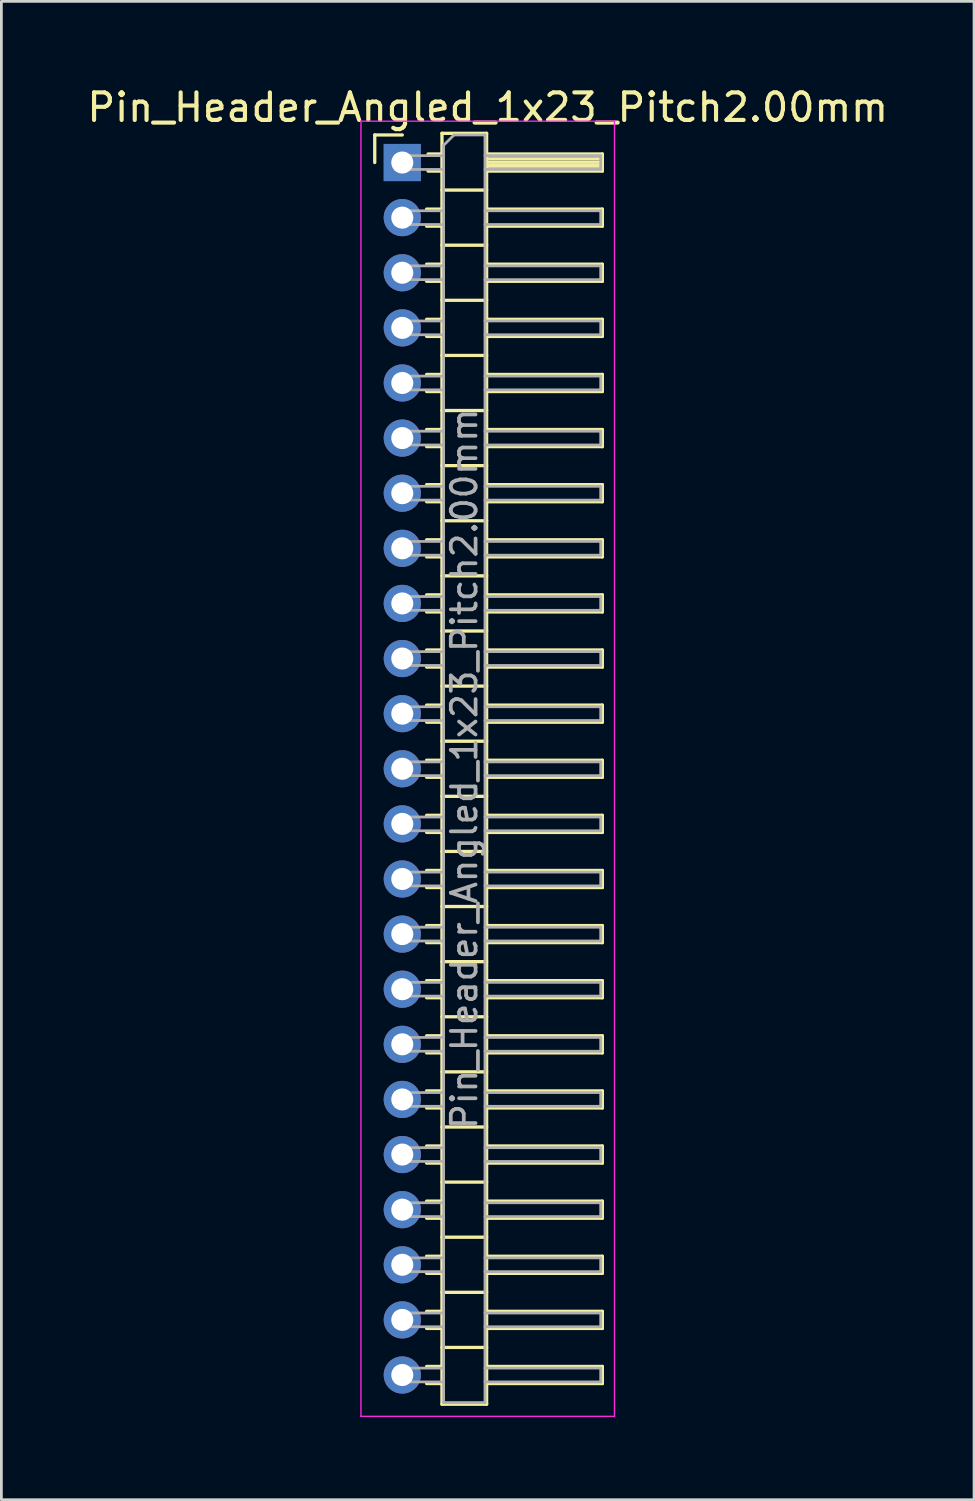
<source format=kicad_pcb>
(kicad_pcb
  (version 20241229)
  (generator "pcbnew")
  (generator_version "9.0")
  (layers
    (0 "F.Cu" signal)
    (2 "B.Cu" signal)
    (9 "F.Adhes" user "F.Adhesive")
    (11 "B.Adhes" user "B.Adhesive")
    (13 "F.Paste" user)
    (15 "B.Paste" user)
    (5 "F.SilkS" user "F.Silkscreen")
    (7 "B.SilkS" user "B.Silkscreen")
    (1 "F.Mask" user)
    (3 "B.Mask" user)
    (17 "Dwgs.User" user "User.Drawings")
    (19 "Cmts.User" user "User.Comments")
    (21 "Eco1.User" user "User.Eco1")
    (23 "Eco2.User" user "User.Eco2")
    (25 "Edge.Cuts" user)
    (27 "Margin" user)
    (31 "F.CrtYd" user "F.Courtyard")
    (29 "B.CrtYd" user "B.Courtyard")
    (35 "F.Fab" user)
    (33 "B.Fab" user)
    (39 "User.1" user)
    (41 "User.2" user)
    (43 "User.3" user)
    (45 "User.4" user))
  (footprint "Pin_Header_Angled_1x23_Pitch2.00mm"
    (layer "F.Cu")
    (at 11.549 2.848)
    (property "Reference" "Pin_Header_Angled_1x23_Pitch2.00mm" (at 3.1 -2 0) (layer "F.SilkS") (effects (font (size 1 1) (thickness 0.15))))
    (attr through_hole)
    (fp_line (start -1 -1) (end 0 -1) (stroke (width 0.12) (type solid)) (layer "F.SilkS"))
    (fp_line (start -1 0) (end -1 -1) (stroke (width 0.12) (type solid)) (layer "F.SilkS"))
    (fp_line (start 0.882 1.69) (end 1.44 1.69) (stroke (width 0.12) (type solid)) (layer "F.SilkS"))
    (fp_line (start 0.882 2.31) (end 1.44 2.31) (stroke (width 0.12) (type solid)) (layer "F.SilkS"))
    (fp_line (start 0.882 3.69) (end 1.44 3.69) (stroke (width 0.12) (type solid)) (layer "F.SilkS"))
    (fp_line (start 0.882 4.31) (end 1.44 4.31) (stroke (width 0.12) (type solid)) (layer "F.SilkS"))
    (fp_line (start 0.882 5.69) (end 1.44 5.69) (stroke (width 0.12) (type solid)) (layer "F.SilkS"))
    (fp_line (start 0.882 6.31) (end 1.44 6.31) (stroke (width 0.12) (type solid)) (layer "F.SilkS"))
    (fp_line (start 0.882 7.69) (end 1.44 7.69) (stroke (width 0.12) (type solid)) (layer "F.SilkS"))
    (fp_line (start 0.882 8.31) (end 1.44 8.31) (stroke (width 0.12) (type solid)) (layer "F.SilkS"))
    (fp_line (start 0.882 9.69) (end 1.44 9.69) (stroke (width 0.12) (type solid)) (layer "F.SilkS"))
    (fp_line (start 0.882 10.31) (end 1.44 10.31) (stroke (width 0.12) (type solid)) (layer "F.SilkS"))
    (fp_line (start 0.882 11.69) (end 1.44 11.69) (stroke (width 0.12) (type solid)) (layer "F.SilkS"))
    (fp_line (start 0.882 12.31) (end 1.44 12.31) (stroke (width 0.12) (type solid)) (layer "F.SilkS"))
    (fp_line (start 0.882 13.69) (end 1.44 13.69) (stroke (width 0.12) (type solid)) (layer "F.SilkS"))
    (fp_line (start 0.882 14.31) (end 1.44 14.31) (stroke (width 0.12) (type solid)) (layer "F.SilkS"))
    (fp_line (start 0.882 15.69) (end 1.44 15.69) (stroke (width 0.12) (type solid)) (layer "F.SilkS"))
    (fp_line (start 0.882 16.31) (end 1.44 16.31) (stroke (width 0.12) (type solid)) (layer "F.SilkS"))
    (fp_line (start 0.882 17.69) (end 1.44 17.69) (stroke (width 0.12) (type solid)) (layer "F.SilkS"))
    (fp_line (start 0.882 18.31) (end 1.44 18.31) (stroke (width 0.12) (type solid)) (layer "F.SilkS"))
    (fp_line (start 0.882 19.69) (end 1.44 19.69) (stroke (width 0.12) (type solid)) (layer "F.SilkS"))
    (fp_line (start 0.882 20.31) (end 1.44 20.31) (stroke (width 0.12) (type solid)) (layer "F.SilkS"))
    (fp_line (start 0.882 21.69) (end 1.44 21.69) (stroke (width 0.12) (type solid)) (layer "F.SilkS"))
    (fp_line (start 0.882 22.31) (end 1.44 22.31) (stroke (width 0.12) (type solid)) (layer "F.SilkS"))
    (fp_line (start 0.882 23.69) (end 1.44 23.69) (stroke (width 0.12) (type solid)) (layer "F.SilkS"))
    (fp_line (start 0.882 24.31) (end 1.44 24.31) (stroke (width 0.12) (type solid)) (layer "F.SilkS"))
    (fp_line (start 0.882 25.69) (end 1.44 25.69) (stroke (width 0.12) (type solid)) (layer "F.SilkS"))
    (fp_line (start 0.882 26.31) (end 1.44 26.31) (stroke (width 0.12) (type solid)) (layer "F.SilkS"))
    (fp_line (start 0.882 27.69) (end 1.44 27.69) (stroke (width 0.12) (type solid)) (layer "F.SilkS"))
    (fp_line (start 0.882 28.31) (end 1.44 28.31) (stroke (width 0.12) (type solid)) (layer "F.SilkS"))
    (fp_line (start 0.882 29.69) (end 1.44 29.69) (stroke (width 0.12) (type solid)) (layer "F.SilkS"))
    (fp_line (start 0.882 30.31) (end 1.44 30.31) (stroke (width 0.12) (type solid)) (layer "F.SilkS"))
    (fp_line (start 0.882 31.69) (end 1.44 31.69) (stroke (width 0.12) (type solid)) (layer "F.SilkS"))
    (fp_line (start 0.882 32.31) (end 1.44 32.31) (stroke (width 0.12) (type solid)) (layer "F.SilkS"))
    (fp_line (start 0.882 33.69) (end 1.44 33.69) (stroke (width 0.12) (type solid)) (layer "F.SilkS"))
    (fp_line (start 0.882 34.31) (end 1.44 34.31) (stroke (width 0.12) (type solid)) (layer "F.SilkS"))
    (fp_line (start 0.882 35.69) (end 1.44 35.69) (stroke (width 0.12) (type solid)) (layer "F.SilkS"))
    (fp_line (start 0.882 36.31) (end 1.44 36.31) (stroke (width 0.12) (type solid)) (layer "F.SilkS"))
    (fp_line (start 0.882 37.69) (end 1.44 37.69) (stroke (width 0.12) (type solid)) (layer "F.SilkS"))
    (fp_line (start 0.882 38.31) (end 1.44 38.31) (stroke (width 0.12) (type solid)) (layer "F.SilkS"))
    (fp_line (start 0.882 39.69) (end 1.44 39.69) (stroke (width 0.12) (type solid)) (layer "F.SilkS"))
    (fp_line (start 0.882 40.31) (end 1.44 40.31) (stroke (width 0.12) (type solid)) (layer "F.SilkS"))
    (fp_line (start 0.882 41.69) (end 1.44 41.69) (stroke (width 0.12) (type solid)) (layer "F.SilkS"))
    (fp_line (start 0.882 42.31) (end 1.44 42.31) (stroke (width 0.12) (type solid)) (layer "F.SilkS"))
    (fp_line (start 0.882 43.69) (end 1.44 43.69) (stroke (width 0.12) (type solid)) (layer "F.SilkS"))
    (fp_line (start 0.882 44.31) (end 1.44 44.31) (stroke (width 0.12) (type solid)) (layer "F.SilkS"))
    (fp_line (start 0.935 -0.31) (end 1.44 -0.31) (stroke (width 0.12) (type solid)) (layer "F.SilkS"))
    (fp_line (start 0.935 0.31) (end 1.44 0.31) (stroke (width 0.12) (type solid)) (layer "F.SilkS"))
    (fp_line (start 1.44 -1.06) (end 1.44 45.06) (stroke (width 0.12) (type solid)) (layer "F.SilkS"))
    (fp_line (start 1.44 1) (end 3.06 1) (stroke (width 0.12) (type solid)) (layer "F.SilkS"))
    (fp_line (start 1.44 3) (end 3.06 3) (stroke (width 0.12) (type solid)) (layer "F.SilkS"))
    (fp_line (start 1.44 5) (end 3.06 5) (stroke (width 0.12) (type solid)) (layer "F.SilkS"))
    (fp_line (start 1.44 7) (end 3.06 7) (stroke (width 0.12) (type solid)) (layer "F.SilkS"))
    (fp_line (start 1.44 9) (end 3.06 9) (stroke (width 0.12) (type solid)) (layer "F.SilkS"))
    (fp_line (start 1.44 11) (end 3.06 11) (stroke (width 0.12) (type solid)) (layer "F.SilkS"))
    (fp_line (start 1.44 13) (end 3.06 13) (stroke (width 0.12) (type solid)) (layer "F.SilkS"))
    (fp_line (start 1.44 15) (end 3.06 15) (stroke (width 0.12) (type solid)) (layer "F.SilkS"))
    (fp_line (start 1.44 17) (end 3.06 17) (stroke (width 0.12) (type solid)) (layer "F.SilkS"))
    (fp_line (start 1.44 19) (end 3.06 19) (stroke (width 0.12) (type solid)) (layer "F.SilkS"))
    (fp_line (start 1.44 21) (end 3.06 21) (stroke (width 0.12) (type solid)) (layer "F.SilkS"))
    (fp_line (start 1.44 23) (end 3.06 23) (stroke (width 0.12) (type solid)) (layer "F.SilkS"))
    (fp_line (start 1.44 25) (end 3.06 25) (stroke (width 0.12) (type solid)) (layer "F.SilkS"))
    (fp_line (start 1.44 27) (end 3.06 27) (stroke (width 0.12) (type solid)) (layer "F.SilkS"))
    (fp_line (start 1.44 29) (end 3.06 29) (stroke (width 0.12) (type solid)) (layer "F.SilkS"))
    (fp_line (start 1.44 31) (end 3.06 31) (stroke (width 0.12) (type solid)) (layer "F.SilkS"))
    (fp_line (start 1.44 33) (end 3.06 33) (stroke (width 0.12) (type solid)) (layer "F.SilkS"))
    (fp_line (start 1.44 35) (end 3.06 35) (stroke (width 0.12) (type solid)) (layer "F.SilkS"))
    (fp_line (start 1.44 37) (end 3.06 37) (stroke (width 0.12) (type solid)) (layer "F.SilkS"))
    (fp_line (start 1.44 39) (end 3.06 39) (stroke (width 0.12) (type solid)) (layer "F.SilkS"))
    (fp_line (start 1.44 41) (end 3.06 41) (stroke (width 0.12) (type solid)) (layer "F.SilkS"))
    (fp_line (start 1.44 43) (end 3.06 43) (stroke (width 0.12) (type solid)) (layer "F.SilkS"))
    (fp_line (start 1.44 45.06) (end 3.06 45.06) (stroke (width 0.12) (type solid)) (layer "F.SilkS"))
    (fp_line (start 3.06 -1.06) (end 1.44 -1.06) (stroke (width 0.12) (type solid)) (layer "F.SilkS"))
    (fp_line (start 3.06 -0.31) (end 7.26 -0.31) (stroke (width 0.12) (type solid)) (layer "F.SilkS"))
    (fp_line (start 3.06 -0.25) (end 7.26 -0.25) (stroke (width 0.12) (type solid)) (layer "F.SilkS"))
    (fp_line (start 3.06 -0.13) (end 7.26 -0.13) (stroke (width 0.12) (type solid)) (layer "F.SilkS"))
    (fp_line (start 3.06 -0.01) (end 7.26 -0.01) (stroke (width 0.12) (type solid)) (layer "F.SilkS"))
    (fp_line (start 3.06 0.11) (end 7.26 0.11) (stroke (width 0.12) (type solid)) (layer "F.SilkS"))
    (fp_line (start 3.06 0.23) (end 7.26 0.23) (stroke (width 0.12) (type solid)) (layer "F.SilkS"))
    (fp_line (start 3.06 1.69) (end 7.26 1.69) (stroke (width 0.12) (type solid)) (layer "F.SilkS"))
    (fp_line (start 3.06 3.69) (end 7.26 3.69) (stroke (width 0.12) (type solid)) (layer "F.SilkS"))
    (fp_line (start 3.06 5.69) (end 7.26 5.69) (stroke (width 0.12) (type solid)) (layer "F.SilkS"))
    (fp_line (start 3.06 7.69) (end 7.26 7.69) (stroke (width 0.12) (type solid)) (layer "F.SilkS"))
    (fp_line (start 3.06 9.69) (end 7.26 9.69) (stroke (width 0.12) (type solid)) (layer "F.SilkS"))
    (fp_line (start 3.06 11.69) (end 7.26 11.69) (stroke (width 0.12) (type solid)) (layer "F.SilkS"))
    (fp_line (start 3.06 13.69) (end 7.26 13.69) (stroke (width 0.12) (type solid)) (layer "F.SilkS"))
    (fp_line (start 3.06 15.69) (end 7.26 15.69) (stroke (width 0.12) (type solid)) (layer "F.SilkS"))
    (fp_line (start 3.06 17.69) (end 7.26 17.69) (stroke (width 0.12) (type solid)) (layer "F.SilkS"))
    (fp_line (start 3.06 19.69) (end 7.26 19.69) (stroke (width 0.12) (type solid)) (layer "F.SilkS"))
    (fp_line (start 3.06 21.69) (end 7.26 21.69) (stroke (width 0.12) (type solid)) (layer "F.SilkS"))
    (fp_line (start 3.06 23.69) (end 7.26 23.69) (stroke (width 0.12) (type solid)) (layer "F.SilkS"))
    (fp_line (start 3.06 25.69) (end 7.26 25.69) (stroke (width 0.12) (type solid)) (layer "F.SilkS"))
    (fp_line (start 3.06 27.69) (end 7.26 27.69) (stroke (width 0.12) (type solid)) (layer "F.SilkS"))
    (fp_line (start 3.06 29.69) (end 7.26 29.69) (stroke (width 0.12) (type solid)) (layer "F.SilkS"))
    (fp_line (start 3.06 31.69) (end 7.26 31.69) (stroke (width 0.12) (type solid)) (layer "F.SilkS"))
    (fp_line (start 3.06 33.69) (end 7.26 33.69) (stroke (width 0.12) (type solid)) (layer "F.SilkS"))
    (fp_line (start 3.06 35.69) (end 7.26 35.69) (stroke (width 0.12) (type solid)) (layer "F.SilkS"))
    (fp_line (start 3.06 37.69) (end 7.26 37.69) (stroke (width 0.12) (type solid)) (layer "F.SilkS"))
    (fp_line (start 3.06 39.69) (end 7.26 39.69) (stroke (width 0.12) (type solid)) (layer "F.SilkS"))
    (fp_line (start 3.06 41.69) (end 7.26 41.69) (stroke (width 0.12) (type solid)) (layer "F.SilkS"))
    (fp_line (start 3.06 43.69) (end 7.26 43.69) (stroke (width 0.12) (type solid)) (layer "F.SilkS"))
    (fp_line (start 3.06 45.06) (end 3.06 -1.06) (stroke (width 0.12) (type solid)) (layer "F.SilkS"))
    (fp_line (start 7.26 -0.31) (end 7.26 0.31) (stroke (width 0.12) (type solid)) (layer "F.SilkS"))
    (fp_line (start 7.26 0.31) (end 3.06 0.31) (stroke (width 0.12) (type solid)) (layer "F.SilkS"))
    (fp_line (start 7.26 1.69) (end 7.26 2.31) (stroke (width 0.12) (type solid)) (layer "F.SilkS"))
    (fp_line (start 7.26 2.31) (end 3.06 2.31) (stroke (width 0.12) (type solid)) (layer "F.SilkS"))
    (fp_line (start 7.26 3.69) (end 7.26 4.31) (stroke (width 0.12) (type solid)) (layer "F.SilkS"))
    (fp_line (start 7.26 4.31) (end 3.06 4.31) (stroke (width 0.12) (type solid)) (layer "F.SilkS"))
    (fp_line (start 7.26 5.69) (end 7.26 6.31) (stroke (width 0.12) (type solid)) (layer "F.SilkS"))
    (fp_line (start 7.26 6.31) (end 3.06 6.31) (stroke (width 0.12) (type solid)) (layer "F.SilkS"))
    (fp_line (start 7.26 7.69) (end 7.26 8.31) (stroke (width 0.12) (type solid)) (layer "F.SilkS"))
    (fp_line (start 7.26 8.31) (end 3.06 8.31) (stroke (width 0.12) (type solid)) (layer "F.SilkS"))
    (fp_line (start 7.26 9.69) (end 7.26 10.31) (stroke (width 0.12) (type solid)) (layer "F.SilkS"))
    (fp_line (start 7.26 10.31) (end 3.06 10.31) (stroke (width 0.12) (type solid)) (layer "F.SilkS"))
    (fp_line (start 7.26 11.69) (end 7.26 12.31) (stroke (width 0.12) (type solid)) (layer "F.SilkS"))
    (fp_line (start 7.26 12.31) (end 3.06 12.31) (stroke (width 0.12) (type solid)) (layer "F.SilkS"))
    (fp_line (start 7.26 13.69) (end 7.26 14.31) (stroke (width 0.12) (type solid)) (layer "F.SilkS"))
    (fp_line (start 7.26 14.31) (end 3.06 14.31) (stroke (width 0.12) (type solid)) (layer "F.SilkS"))
    (fp_line (start 7.26 15.69) (end 7.26 16.31) (stroke (width 0.12) (type solid)) (layer "F.SilkS"))
    (fp_line (start 7.26 16.31) (end 3.06 16.31) (stroke (width 0.12) (type solid)) (layer "F.SilkS"))
    (fp_line (start 7.26 17.69) (end 7.26 18.31) (stroke (width 0.12) (type solid)) (layer "F.SilkS"))
    (fp_line (start 7.26 18.31) (end 3.06 18.31) (stroke (width 0.12) (type solid)) (layer "F.SilkS"))
    (fp_line (start 7.26 19.69) (end 7.26 20.31) (stroke (width 0.12) (type solid)) (layer "F.SilkS"))
    (fp_line (start 7.26 20.31) (end 3.06 20.31) (stroke (width 0.12) (type solid)) (layer "F.SilkS"))
    (fp_line (start 7.26 21.69) (end 7.26 22.31) (stroke (width 0.12) (type solid)) (layer "F.SilkS"))
    (fp_line (start 7.26 22.31) (end 3.06 22.31) (stroke (width 0.12) (type solid)) (layer "F.SilkS"))
    (fp_line (start 7.26 23.69) (end 7.26 24.31) (stroke (width 0.12) (type solid)) (layer "F.SilkS"))
    (fp_line (start 7.26 24.31) (end 3.06 24.31) (stroke (width 0.12) (type solid)) (layer "F.SilkS"))
    (fp_line (start 7.26 25.69) (end 7.26 26.31) (stroke (width 0.12) (type solid)) (layer "F.SilkS"))
    (fp_line (start 7.26 26.31) (end 3.06 26.31) (stroke (width 0.12) (type solid)) (layer "F.SilkS"))
    (fp_line (start 7.26 27.69) (end 7.26 28.31) (stroke (width 0.12) (type solid)) (layer "F.SilkS"))
    (fp_line (start 7.26 28.31) (end 3.06 28.31) (stroke (width 0.12) (type solid)) (layer "F.SilkS"))
    (fp_line (start 7.26 29.69) (end 7.26 30.31) (stroke (width 0.12) (type solid)) (layer "F.SilkS"))
    (fp_line (start 7.26 30.31) (end 3.06 30.31) (stroke (width 0.12) (type solid)) (layer "F.SilkS"))
    (fp_line (start 7.26 31.69) (end 7.26 32.31) (stroke (width 0.12) (type solid)) (layer "F.SilkS"))
    (fp_line (start 7.26 32.31) (end 3.06 32.31) (stroke (width 0.12) (type solid)) (layer "F.SilkS"))
    (fp_line (start 7.26 33.69) (end 7.26 34.31) (stroke (width 0.12) (type solid)) (layer "F.SilkS"))
    (fp_line (start 7.26 34.31) (end 3.06 34.31) (stroke (width 0.12) (type solid)) (layer "F.SilkS"))
    (fp_line (start 7.26 35.69) (end 7.26 36.31) (stroke (width 0.12) (type solid)) (layer "F.SilkS"))
    (fp_line (start 7.26 36.31) (end 3.06 36.31) (stroke (width 0.12) (type solid)) (layer "F.SilkS"))
    (fp_line (start 7.26 37.69) (end 7.26 38.31) (stroke (width 0.12) (type solid)) (layer "F.SilkS"))
    (fp_line (start 7.26 38.31) (end 3.06 38.31) (stroke (width 0.12) (type solid)) (layer "F.SilkS"))
    (fp_line (start 7.26 39.69) (end 7.26 40.31) (stroke (width 0.12) (type solid)) (layer "F.SilkS"))
    (fp_line (start 7.26 40.31) (end 3.06 40.31) (stroke (width 0.12) (type solid)) (layer "F.SilkS"))
    (fp_line (start 7.26 41.69) (end 7.26 42.31) (stroke (width 0.12) (type solid)) (layer "F.SilkS"))
    (fp_line (start 7.26 42.31) (end 3.06 42.31) (stroke (width 0.12) (type solid)) (layer "F.SilkS"))
    (fp_line (start 7.26 43.69) (end 7.26 44.31) (stroke (width 0.12) (type solid)) (layer "F.SilkS"))
    (fp_line (start 7.26 44.31) (end 3.06 44.31) (stroke (width 0.12) (type solid)) (layer "F.SilkS"))
    (fp_line (start -1.5 -1.5) (end -1.5 45.5) (stroke (width 0.05) (type solid)) (layer "F.CrtYd"))
    (fp_line (start -1.5 45.5) (end 7.7 45.5) (stroke (width 0.05) (type solid)) (layer "F.CrtYd"))
    (fp_line (start 7.7 -1.5) (end -1.5 -1.5) (stroke (width 0.05) (type solid)) (layer "F.CrtYd"))
    (fp_line (start 7.7 45.5) (end 7.7 -1.5) (stroke (width 0.05) (type solid)) (layer "F.CrtYd"))
    (fp_line (start -0.25 -0.25) (end -0.25 0.25) (stroke (width 0.1) (type solid)) (layer "F.Fab"))
    (fp_line (start -0.25 -0.25) (end 1.5 -0.25) (stroke (width 0.1) (type solid)) (layer "F.Fab"))
    (fp_line (start -0.25 0.25) (end 1.5 0.25) (stroke (width 0.1) (type solid)) (layer "F.Fab"))
    (fp_line (start -0.25 1.75) (end -0.25 2.25) (stroke (width 0.1) (type solid)) (layer "F.Fab"))
    (fp_line (start -0.25 1.75) (end 1.5 1.75) (stroke (width 0.1) (type solid)) (layer "F.Fab"))
    (fp_line (start -0.25 2.25) (end 1.5 2.25) (stroke (width 0.1) (type solid)) (layer "F.Fab"))
    (fp_line (start -0.25 3.75) (end -0.25 4.25) (stroke (width 0.1) (type solid)) (layer "F.Fab"))
    (fp_line (start -0.25 3.75) (end 1.5 3.75) (stroke (width 0.1) (type solid)) (layer "F.Fab"))
    (fp_line (start -0.25 4.25) (end 1.5 4.25) (stroke (width 0.1) (type solid)) (layer "F.Fab"))
    (fp_line (start -0.25 5.75) (end -0.25 6.25) (stroke (width 0.1) (type solid)) (layer "F.Fab"))
    (fp_line (start -0.25 5.75) (end 1.5 5.75) (stroke (width 0.1) (type solid)) (layer "F.Fab"))
    (fp_line (start -0.25 6.25) (end 1.5 6.25) (stroke (width 0.1) (type solid)) (layer "F.Fab"))
    (fp_line (start -0.25 7.75) (end -0.25 8.25) (stroke (width 0.1) (type solid)) (layer "F.Fab"))
    (fp_line (start -0.25 7.75) (end 1.5 7.75) (stroke (width 0.1) (type solid)) (layer "F.Fab"))
    (fp_line (start -0.25 8.25) (end 1.5 8.25) (stroke (width 0.1) (type solid)) (layer "F.Fab"))
    (fp_line (start -0.25 9.75) (end -0.25 10.25) (stroke (width 0.1) (type solid)) (layer "F.Fab"))
    (fp_line (start -0.25 9.75) (end 1.5 9.75) (stroke (width 0.1) (type solid)) (layer "F.Fab"))
    (fp_line (start -0.25 10.25) (end 1.5 10.25) (stroke (width 0.1) (type solid)) (layer "F.Fab"))
    (fp_line (start -0.25 11.75) (end -0.25 12.25) (stroke (width 0.1) (type solid)) (layer "F.Fab"))
    (fp_line (start -0.25 11.75) (end 1.5 11.75) (stroke (width 0.1) (type solid)) (layer "F.Fab"))
    (fp_line (start -0.25 12.25) (end 1.5 12.25) (stroke (width 0.1) (type solid)) (layer "F.Fab"))
    (fp_line (start -0.25 13.75) (end -0.25 14.25) (stroke (width 0.1) (type solid)) (layer "F.Fab"))
    (fp_line (start -0.25 13.75) (end 1.5 13.75) (stroke (width 0.1) (type solid)) (layer "F.Fab"))
    (fp_line (start -0.25 14.25) (end 1.5 14.25) (stroke (width 0.1) (type solid)) (layer "F.Fab"))
    (fp_line (start -0.25 15.75) (end -0.25 16.25) (stroke (width 0.1) (type solid)) (layer "F.Fab"))
    (fp_line (start -0.25 15.75) (end 1.5 15.75) (stroke (width 0.1) (type solid)) (layer "F.Fab"))
    (fp_line (start -0.25 16.25) (end 1.5 16.25) (stroke (width 0.1) (type solid)) (layer "F.Fab"))
    (fp_line (start -0.25 17.75) (end -0.25 18.25) (stroke (width 0.1) (type solid)) (layer "F.Fab"))
    (fp_line (start -0.25 17.75) (end 1.5 17.75) (stroke (width 0.1) (type solid)) (layer "F.Fab"))
    (fp_line (start -0.25 18.25) (end 1.5 18.25) (stroke (width 0.1) (type solid)) (layer "F.Fab"))
    (fp_line (start -0.25 19.75) (end -0.25 20.25) (stroke (width 0.1) (type solid)) (layer "F.Fab"))
    (fp_line (start -0.25 19.75) (end 1.5 19.75) (stroke (width 0.1) (type solid)) (layer "F.Fab"))
    (fp_line (start -0.25 20.25) (end 1.5 20.25) (stroke (width 0.1) (type solid)) (layer "F.Fab"))
    (fp_line (start -0.25 21.75) (end -0.25 22.25) (stroke (width 0.1) (type solid)) (layer "F.Fab"))
    (fp_line (start -0.25 21.75) (end 1.5 21.75) (stroke (width 0.1) (type solid)) (layer "F.Fab"))
    (fp_line (start -0.25 22.25) (end 1.5 22.25) (stroke (width 0.1) (type solid)) (layer "F.Fab"))
    (fp_line (start -0.25 23.75) (end -0.25 24.25) (stroke (width 0.1) (type solid)) (layer "F.Fab"))
    (fp_line (start -0.25 23.75) (end 1.5 23.75) (stroke (width 0.1) (type solid)) (layer "F.Fab"))
    (fp_line (start -0.25 24.25) (end 1.5 24.25) (stroke (width 0.1) (type solid)) (layer "F.Fab"))
    (fp_line (start -0.25 25.75) (end -0.25 26.25) (stroke (width 0.1) (type solid)) (layer "F.Fab"))
    (fp_line (start -0.25 25.75) (end 1.5 25.75) (stroke (width 0.1) (type solid)) (layer "F.Fab"))
    (fp_line (start -0.25 26.25) (end 1.5 26.25) (stroke (width 0.1) (type solid)) (layer "F.Fab"))
    (fp_line (start -0.25 27.75) (end -0.25 28.25) (stroke (width 0.1) (type solid)) (layer "F.Fab"))
    (fp_line (start -0.25 27.75) (end 1.5 27.75) (stroke (width 0.1) (type solid)) (layer "F.Fab"))
    (fp_line (start -0.25 28.25) (end 1.5 28.25) (stroke (width 0.1) (type solid)) (layer "F.Fab"))
    (fp_line (start -0.25 29.75) (end -0.25 30.25) (stroke (width 0.1) (type solid)) (layer "F.Fab"))
    (fp_line (start -0.25 29.75) (end 1.5 29.75) (stroke (width 0.1) (type solid)) (layer "F.Fab"))
    (fp_line (start -0.25 30.25) (end 1.5 30.25) (stroke (width 0.1) (type solid)) (layer "F.Fab"))
    (fp_line (start -0.25 31.75) (end -0.25 32.25) (stroke (width 0.1) (type solid)) (layer "F.Fab"))
    (fp_line (start -0.25 31.75) (end 1.5 31.75) (stroke (width 0.1) (type solid)) (layer "F.Fab"))
    (fp_line (start -0.25 32.25) (end 1.5 32.25) (stroke (width 0.1) (type solid)) (layer "F.Fab"))
    (fp_line (start -0.25 33.75) (end -0.25 34.25) (stroke (width 0.1) (type solid)) (layer "F.Fab"))
    (fp_line (start -0.25 33.75) (end 1.5 33.75) (stroke (width 0.1) (type solid)) (layer "F.Fab"))
    (fp_line (start -0.25 34.25) (end 1.5 34.25) (stroke (width 0.1) (type solid)) (layer "F.Fab"))
    (fp_line (start -0.25 35.75) (end -0.25 36.25) (stroke (width 0.1) (type solid)) (layer "F.Fab"))
    (fp_line (start -0.25 35.75) (end 1.5 35.75) (stroke (width 0.1) (type solid)) (layer "F.Fab"))
    (fp_line (start -0.25 36.25) (end 1.5 36.25) (stroke (width 0.1) (type solid)) (layer "F.Fab"))
    (fp_line (start -0.25 37.75) (end -0.25 38.25) (stroke (width 0.1) (type solid)) (layer "F.Fab"))
    (fp_line (start -0.25 37.75) (end 1.5 37.75) (stroke (width 0.1) (type solid)) (layer "F.Fab"))
    (fp_line (start -0.25 38.25) (end 1.5 38.25) (stroke (width 0.1) (type solid)) (layer "F.Fab"))
    (fp_line (start -0.25 39.75) (end -0.25 40.25) (stroke (width 0.1) (type solid)) (layer "F.Fab"))
    (fp_line (start -0.25 39.75) (end 1.5 39.75) (stroke (width 0.1) (type solid)) (layer "F.Fab"))
    (fp_line (start -0.25 40.25) (end 1.5 40.25) (stroke (width 0.1) (type solid)) (layer "F.Fab"))
    (fp_line (start -0.25 41.75) (end -0.25 42.25) (stroke (width 0.1) (type solid)) (layer "F.Fab"))
    (fp_line (start -0.25 41.75) (end 1.5 41.75) (stroke (width 0.1) (type solid)) (layer "F.Fab"))
    (fp_line (start -0.25 42.25) (end 1.5 42.25) (stroke (width 0.1) (type solid)) (layer "F.Fab"))
    (fp_line (start -0.25 43.75) (end -0.25 44.25) (stroke (width 0.1) (type solid)) (layer "F.Fab"))
    (fp_line (start -0.25 43.75) (end 1.5 43.75) (stroke (width 0.1) (type solid)) (layer "F.Fab"))
    (fp_line (start -0.25 44.25) (end 1.5 44.25) (stroke (width 0.1) (type solid)) (layer "F.Fab"))
    (fp_line (start 1.5 -0.625) (end 1.875 -1) (stroke (width 0.1) (type solid)) (layer "F.Fab"))
    (fp_line (start 1.5 45) (end 1.5 -0.625) (stroke (width 0.1) (type solid)) (layer "F.Fab"))
    (fp_line (start 1.875 -1) (end 3 -1) (stroke (width 0.1) (type solid)) (layer "F.Fab"))
    (fp_line (start 3 -1) (end 3 45) (stroke (width 0.1) (type solid)) (layer "F.Fab"))
    (fp_line (start 3 -0.25) (end 7.2 -0.25) (stroke (width 0.1) (type solid)) (layer "F.Fab"))
    (fp_line (start 3 0.25) (end 7.2 0.25) (stroke (width 0.1) (type solid)) (layer "F.Fab"))
    (fp_line (start 3 1.75) (end 7.2 1.75) (stroke (width 0.1) (type solid)) (layer "F.Fab"))
    (fp_line (start 3 2.25) (end 7.2 2.25) (stroke (width 0.1) (type solid)) (layer "F.Fab"))
    (fp_line (start 3 3.75) (end 7.2 3.75) (stroke (width 0.1) (type solid)) (layer "F.Fab"))
    (fp_line (start 3 4.25) (end 7.2 4.25) (stroke (width 0.1) (type solid)) (layer "F.Fab"))
    (fp_line (start 3 5.75) (end 7.2 5.75) (stroke (width 0.1) (type solid)) (layer "F.Fab"))
    (fp_line (start 3 6.25) (end 7.2 6.25) (stroke (width 0.1) (type solid)) (layer "F.Fab"))
    (fp_line (start 3 7.75) (end 7.2 7.75) (stroke (width 0.1) (type solid)) (layer "F.Fab"))
    (fp_line (start 3 8.25) (end 7.2 8.25) (stroke (width 0.1) (type solid)) (layer "F.Fab"))
    (fp_line (start 3 9.75) (end 7.2 9.75) (stroke (width 0.1) (type solid)) (layer "F.Fab"))
    (fp_line (start 3 10.25) (end 7.2 10.25) (stroke (width 0.1) (type solid)) (layer "F.Fab"))
    (fp_line (start 3 11.75) (end 7.2 11.75) (stroke (width 0.1) (type solid)) (layer "F.Fab"))
    (fp_line (start 3 12.25) (end 7.2 12.25) (stroke (width 0.1) (type solid)) (layer "F.Fab"))
    (fp_line (start 3 13.75) (end 7.2 13.75) (stroke (width 0.1) (type solid)) (layer "F.Fab"))
    (fp_line (start 3 14.25) (end 7.2 14.25) (stroke (width 0.1) (type solid)) (layer "F.Fab"))
    (fp_line (start 3 15.75) (end 7.2 15.75) (stroke (width 0.1) (type solid)) (layer "F.Fab"))
    (fp_line (start 3 16.25) (end 7.2 16.25) (stroke (width 0.1) (type solid)) (layer "F.Fab"))
    (fp_line (start 3 17.75) (end 7.2 17.75) (stroke (width 0.1) (type solid)) (layer "F.Fab"))
    (fp_line (start 3 18.25) (end 7.2 18.25) (stroke (width 0.1) (type solid)) (layer "F.Fab"))
    (fp_line (start 3 19.75) (end 7.2 19.75) (stroke (width 0.1) (type solid)) (layer "F.Fab"))
    (fp_line (start 3 20.25) (end 7.2 20.25) (stroke (width 0.1) (type solid)) (layer "F.Fab"))
    (fp_line (start 3 21.75) (end 7.2 21.75) (stroke (width 0.1) (type solid)) (layer "F.Fab"))
    (fp_line (start 3 22.25) (end 7.2 22.25) (stroke (width 0.1) (type solid)) (layer "F.Fab"))
    (fp_line (start 3 23.75) (end 7.2 23.75) (stroke (width 0.1) (type solid)) (layer "F.Fab"))
    (fp_line (start 3 24.25) (end 7.2 24.25) (stroke (width 0.1) (type solid)) (layer "F.Fab"))
    (fp_line (start 3 25.75) (end 7.2 25.75) (stroke (width 0.1) (type solid)) (layer "F.Fab"))
    (fp_line (start 3 26.25) (end 7.2 26.25) (stroke (width 0.1) (type solid)) (layer "F.Fab"))
    (fp_line (start 3 27.75) (end 7.2 27.75) (stroke (width 0.1) (type solid)) (layer "F.Fab"))
    (fp_line (start 3 28.25) (end 7.2 28.25) (stroke (width 0.1) (type solid)) (layer "F.Fab"))
    (fp_line (start 3 29.75) (end 7.2 29.75) (stroke (width 0.1) (type solid)) (layer "F.Fab"))
    (fp_line (start 3 30.25) (end 7.2 30.25) (stroke (width 0.1) (type solid)) (layer "F.Fab"))
    (fp_line (start 3 31.75) (end 7.2 31.75) (stroke (width 0.1) (type solid)) (layer "F.Fab"))
    (fp_line (start 3 32.25) (end 7.2 32.25) (stroke (width 0.1) (type solid)) (layer "F.Fab"))
    (fp_line (start 3 33.75) (end 7.2 33.75) (stroke (width 0.1) (type solid)) (layer "F.Fab"))
    (fp_line (start 3 34.25) (end 7.2 34.25) (stroke (width 0.1) (type solid)) (layer "F.Fab"))
    (fp_line (start 3 35.75) (end 7.2 35.75) (stroke (width 0.1) (type solid)) (layer "F.Fab"))
    (fp_line (start 3 36.25) (end 7.2 36.25) (stroke (width 0.1) (type solid)) (layer "F.Fab"))
    (fp_line (start 3 37.75) (end 7.2 37.75) (stroke (width 0.1) (type solid)) (layer "F.Fab"))
    (fp_line (start 3 38.25) (end 7.2 38.25) (stroke (width 0.1) (type solid)) (layer "F.Fab"))
    (fp_line (start 3 39.75) (end 7.2 39.75) (stroke (width 0.1) (type solid)) (layer "F.Fab"))
    (fp_line (start 3 40.25) (end 7.2 40.25) (stroke (width 0.1) (type solid)) (layer "F.Fab"))
    (fp_line (start 3 41.75) (end 7.2 41.75) (stroke (width 0.1) (type solid)) (layer "F.Fab"))
    (fp_line (start 3 42.25) (end 7.2 42.25) (stroke (width 0.1) (type solid)) (layer "F.Fab"))
    (fp_line (start 3 43.75) (end 7.2 43.75) (stroke (width 0.1) (type solid)) (layer "F.Fab"))
    (fp_line (start 3 44.25) (end 7.2 44.25) (stroke (width 0.1) (type solid)) (layer "F.Fab"))
    (fp_line (start 3 45) (end 1.5 45) (stroke (width 0.1) (type solid)) (layer "F.Fab"))
    (fp_line (start 7.2 -0.25) (end 7.2 0.25) (stroke (width 0.1) (type solid)) (layer "F.Fab"))
    (fp_line (start 7.2 1.75) (end 7.2 2.25) (stroke (width 0.1) (type solid)) (layer "F.Fab"))
    (fp_line (start 7.2 3.75) (end 7.2 4.25) (stroke (width 0.1) (type solid)) (layer "F.Fab"))
    (fp_line (start 7.2 5.75) (end 7.2 6.25) (stroke (width 0.1) (type solid)) (layer "F.Fab"))
    (fp_line (start 7.2 7.75) (end 7.2 8.25) (stroke (width 0.1) (type solid)) (layer "F.Fab"))
    (fp_line (start 7.2 9.75) (end 7.2 10.25) (stroke (width 0.1) (type solid)) (layer "F.Fab"))
    (fp_line (start 7.2 11.75) (end 7.2 12.25) (stroke (width 0.1) (type solid)) (layer "F.Fab"))
    (fp_line (start 7.2 13.75) (end 7.2 14.25) (stroke (width 0.1) (type solid)) (layer "F.Fab"))
    (fp_line (start 7.2 15.75) (end 7.2 16.25) (stroke (width 0.1) (type solid)) (layer "F.Fab"))
    (fp_line (start 7.2 17.75) (end 7.2 18.25) (stroke (width 0.1) (type solid)) (layer "F.Fab"))
    (fp_line (start 7.2 19.75) (end 7.2 20.25) (stroke (width 0.1) (type solid)) (layer "F.Fab"))
    (fp_line (start 7.2 21.75) (end 7.2 22.25) (stroke (width 0.1) (type solid)) (layer "F.Fab"))
    (fp_line (start 7.2 23.75) (end 7.2 24.25) (stroke (width 0.1) (type solid)) (layer "F.Fab"))
    (fp_line (start 7.2 25.75) (end 7.2 26.25) (stroke (width 0.1) (type solid)) (layer "F.Fab"))
    (fp_line (start 7.2 27.75) (end 7.2 28.25) (stroke (width 0.1) (type solid)) (layer "F.Fab"))
    (fp_line (start 7.2 29.75) (end 7.2 30.25) (stroke (width 0.1) (type solid)) (layer "F.Fab"))
    (fp_line (start 7.2 31.75) (end 7.2 32.25) (stroke (width 0.1) (type solid)) (layer "F.Fab"))
    (fp_line (start 7.2 33.75) (end 7.2 34.25) (stroke (width 0.1) (type solid)) (layer "F.Fab"))
    (fp_line (start 7.2 35.75) (end 7.2 36.25) (stroke (width 0.1) (type solid)) (layer "F.Fab"))
    (fp_line (start 7.2 37.75) (end 7.2 38.25) (stroke (width 0.1) (type solid)) (layer "F.Fab"))
    (fp_line (start 7.2 39.75) (end 7.2 40.25) (stroke (width 0.1) (type solid)) (layer "F.Fab"))
    (fp_line (start 7.2 41.75) (end 7.2 42.25) (stroke (width 0.1) (type solid)) (layer "F.Fab"))
    (fp_line (start 7.2 43.75) (end 7.2 44.25) (stroke (width 0.1) (type solid)) (layer "F.Fab"))
    (fp_text user "${REFERENCE}" (at 2.25 22 90) (layer "F.Fab") (effects (font (size 0.9 0.9) (thickness 0.135))))
    (pad "1" thru_hole rect (at 0 0) (size 1.35 1.35) (drill 0.8) (layers "*.Cu" "*.Mask"))
    (pad "2" thru_hole oval (at 0 2) (size 1.35 1.35) (drill 0.8) (layers "*.Cu" "*.Mask"))
    (pad "3" thru_hole oval (at 0 4) (size 1.35 1.35) (drill 0.8) (layers "*.Cu" "*.Mask"))
    (pad "4" thru_hole oval (at 0 6) (size 1.35 1.35) (drill 0.8) (layers "*.Cu" "*.Mask"))
    (pad "5" thru_hole oval (at 0 8) (size 1.35 1.35) (drill 0.8) (layers "*.Cu" "*.Mask"))
    (pad "6" thru_hole oval (at 0 10) (size 1.35 1.35) (drill 0.8) (layers "*.Cu" "*.Mask"))
    (pad "7" thru_hole oval (at 0 12) (size 1.35 1.35) (drill 0.8) (layers "*.Cu" "*.Mask"))
    (pad "8" thru_hole oval (at 0 14) (size 1.35 1.35) (drill 0.8) (layers "*.Cu" "*.Mask"))
    (pad "9" thru_hole oval (at 0 16) (size 1.35 1.35) (drill 0.8) (layers "*.Cu" "*.Mask"))
    (pad "10" thru_hole oval (at 0 18) (size 1.35 1.35) (drill 0.8) (layers "*.Cu" "*.Mask"))
    (pad "11" thru_hole oval (at 0 20) (size 1.35 1.35) (drill 0.8) (layers "*.Cu" "*.Mask"))
    (pad "12" thru_hole oval (at 0 22) (size 1.35 1.35) (drill 0.8) (layers "*.Cu" "*.Mask"))
    (pad "13" thru_hole oval (at 0 24) (size 1.35 1.35) (drill 0.8) (layers "*.Cu" "*.Mask"))
    (pad "14" thru_hole oval (at 0 26) (size 1.35 1.35) (drill 0.8) (layers "*.Cu" "*.Mask"))
    (pad "15" thru_hole oval (at 0 28) (size 1.35 1.35) (drill 0.8) (layers "*.Cu" "*.Mask"))
    (pad "16" thru_hole oval (at 0 30) (size 1.35 1.35) (drill 0.8) (layers "*.Cu" "*.Mask"))
    (pad "17" thru_hole oval (at 0 32) (size 1.35 1.35) (drill 0.8) (layers "*.Cu" "*.Mask"))
    (pad "18" thru_hole oval (at 0 34) (size 1.35 1.35) (drill 0.8) (layers "*.Cu" "*.Mask"))
    (pad "19" thru_hole oval (at 0 36) (size 1.35 1.35) (drill 0.8) (layers "*.Cu" "*.Mask"))
    (pad "20" thru_hole oval (at 0 38) (size 1.35 1.35) (drill 0.8) (layers "*.Cu" "*.Mask"))
    (pad "21" thru_hole oval (at 0 40) (size 1.35 1.35) (drill 0.8) (layers "*.Cu" "*.Mask"))
    (pad "22" thru_hole oval (at 0 42) (size 1.35 1.35) (drill 0.8) (layers "*.Cu" "*.Mask"))
    (pad "23" thru_hole oval (at 0 44) (size 1.35 1.35) (drill 0.8) (layers "*.Cu" "*.Mask")))
  (gr_rect
    (start -3 -3)
    (end 32.298 51.373)
    (stroke (width 0.1) (type default))
    (fill no)
    (layer "Edge.Cuts")))
</source>
